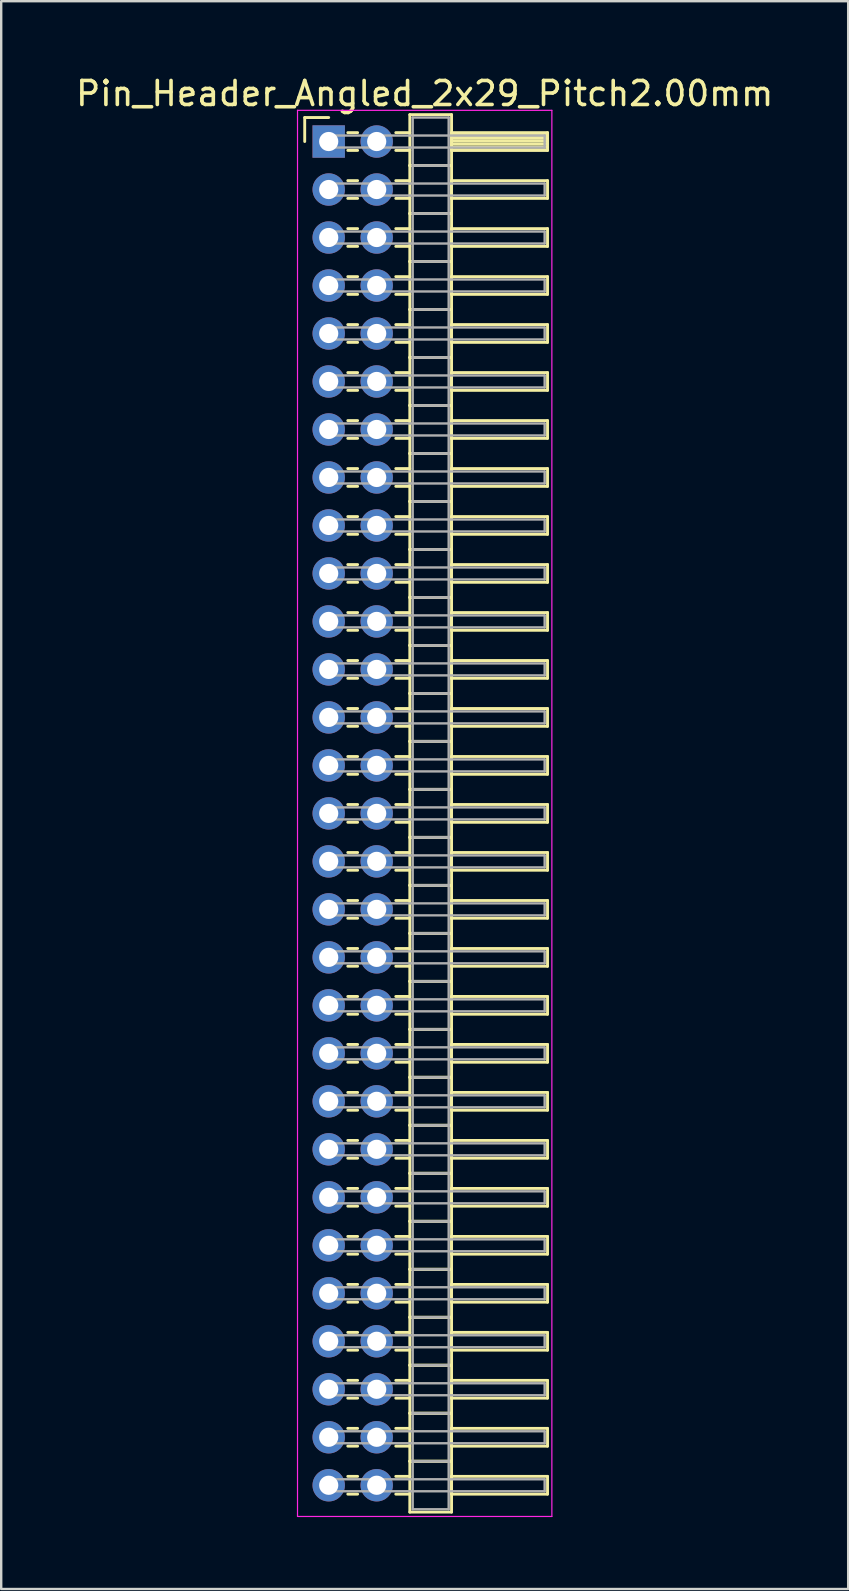
<source format=kicad_pcb>
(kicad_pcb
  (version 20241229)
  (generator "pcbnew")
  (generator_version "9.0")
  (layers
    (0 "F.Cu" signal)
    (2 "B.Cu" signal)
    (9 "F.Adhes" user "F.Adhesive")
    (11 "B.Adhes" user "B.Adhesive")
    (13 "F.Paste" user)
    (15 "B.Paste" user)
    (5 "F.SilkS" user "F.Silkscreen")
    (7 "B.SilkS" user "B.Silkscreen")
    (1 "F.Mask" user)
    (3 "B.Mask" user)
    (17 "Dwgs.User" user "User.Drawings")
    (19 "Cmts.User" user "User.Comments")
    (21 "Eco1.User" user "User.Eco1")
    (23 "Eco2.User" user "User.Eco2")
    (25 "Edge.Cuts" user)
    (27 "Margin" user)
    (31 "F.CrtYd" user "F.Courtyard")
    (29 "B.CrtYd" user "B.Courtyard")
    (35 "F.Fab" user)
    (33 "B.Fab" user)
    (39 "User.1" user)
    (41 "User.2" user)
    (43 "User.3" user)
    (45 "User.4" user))
  (footprint "Pin_Header_Angled_2x29_Pitch2.00mm"
    (layer "F.Cu")
    (at 10.649 2.848)
    (property "Reference" "Pin_Header_Angled_2x29_Pitch2.00mm" (at 4 -2 0) (layer "F.SilkS") (effects (font (size 1 1) (thickness 0.15))))
    (attr through_hole)
    (fp_line (start -1 -1) (end 0 -1) (stroke (width 0.12) (type solid)) (layer "F.SilkS"))
    (fp_line (start -1 0) (end -1 -1) (stroke (width 0.12) (type solid)) (layer "F.SilkS"))
    (fp_line (start 0.795 -0.37) (end 1.205 -0.37) (stroke (width 0.12) (type solid)) (layer "F.SilkS"))
    (fp_line (start 0.795 0.37) (end 1.205 0.37) (stroke (width 0.12) (type solid)) (layer "F.SilkS"))
    (fp_line (start 0.795 1.63) (end 1.205 1.63) (stroke (width 0.12) (type solid)) (layer "F.SilkS"))
    (fp_line (start 0.795 2.37) (end 1.205 2.37) (stroke (width 0.12) (type solid)) (layer "F.SilkS"))
    (fp_line (start 0.795 3.63) (end 1.205 3.63) (stroke (width 0.12) (type solid)) (layer "F.SilkS"))
    (fp_line (start 0.795 4.37) (end 1.205 4.37) (stroke (width 0.12) (type solid)) (layer "F.SilkS"))
    (fp_line (start 0.795 5.63) (end 1.205 5.63) (stroke (width 0.12) (type solid)) (layer "F.SilkS"))
    (fp_line (start 0.795 6.37) (end 1.205 6.37) (stroke (width 0.12) (type solid)) (layer "F.SilkS"))
    (fp_line (start 0.795 7.63) (end 1.205 7.63) (stroke (width 0.12) (type solid)) (layer "F.SilkS"))
    (fp_line (start 0.795 8.37) (end 1.205 8.37) (stroke (width 0.12) (type solid)) (layer "F.SilkS"))
    (fp_line (start 0.795 9.63) (end 1.205 9.63) (stroke (width 0.12) (type solid)) (layer "F.SilkS"))
    (fp_line (start 0.795 10.37) (end 1.205 10.37) (stroke (width 0.12) (type solid)) (layer "F.SilkS"))
    (fp_line (start 0.795 11.63) (end 1.205 11.63) (stroke (width 0.12) (type solid)) (layer "F.SilkS"))
    (fp_line (start 0.795 12.37) (end 1.205 12.37) (stroke (width 0.12) (type solid)) (layer "F.SilkS"))
    (fp_line (start 0.795 13.63) (end 1.205 13.63) (stroke (width 0.12) (type solid)) (layer "F.SilkS"))
    (fp_line (start 0.795 14.37) (end 1.205 14.37) (stroke (width 0.12) (type solid)) (layer "F.SilkS"))
    (fp_line (start 0.795 15.63) (end 1.205 15.63) (stroke (width 0.12) (type solid)) (layer "F.SilkS"))
    (fp_line (start 0.795 16.37) (end 1.205 16.37) (stroke (width 0.12) (type solid)) (layer "F.SilkS"))
    (fp_line (start 0.795 17.63) (end 1.205 17.63) (stroke (width 0.12) (type solid)) (layer "F.SilkS"))
    (fp_line (start 0.795 18.37) (end 1.205 18.37) (stroke (width 0.12) (type solid)) (layer "F.SilkS"))
    (fp_line (start 0.795 19.63) (end 1.205 19.63) (stroke (width 0.12) (type solid)) (layer "F.SilkS"))
    (fp_line (start 0.795 20.37) (end 1.205 20.37) (stroke (width 0.12) (type solid)) (layer "F.SilkS"))
    (fp_line (start 0.795 21.63) (end 1.205 21.63) (stroke (width 0.12) (type solid)) (layer "F.SilkS"))
    (fp_line (start 0.795 22.37) (end 1.205 22.37) (stroke (width 0.12) (type solid)) (layer "F.SilkS"))
    (fp_line (start 0.795 23.63) (end 1.205 23.63) (stroke (width 0.12) (type solid)) (layer "F.SilkS"))
    (fp_line (start 0.795 24.37) (end 1.205 24.37) (stroke (width 0.12) (type solid)) (layer "F.SilkS"))
    (fp_line (start 0.795 25.63) (end 1.205 25.63) (stroke (width 0.12) (type solid)) (layer "F.SilkS"))
    (fp_line (start 0.795 26.37) (end 1.205 26.37) (stroke (width 0.12) (type solid)) (layer "F.SilkS"))
    (fp_line (start 0.795 27.63) (end 1.205 27.63) (stroke (width 0.12) (type solid)) (layer "F.SilkS"))
    (fp_line (start 0.795 28.37) (end 1.205 28.37) (stroke (width 0.12) (type solid)) (layer "F.SilkS"))
    (fp_line (start 0.795 29.63) (end 1.205 29.63) (stroke (width 0.12) (type solid)) (layer "F.SilkS"))
    (fp_line (start 0.795 30.37) (end 1.205 30.37) (stroke (width 0.12) (type solid)) (layer "F.SilkS"))
    (fp_line (start 0.795 31.63) (end 1.205 31.63) (stroke (width 0.12) (type solid)) (layer "F.SilkS"))
    (fp_line (start 0.795 32.37) (end 1.205 32.37) (stroke (width 0.12) (type solid)) (layer "F.SilkS"))
    (fp_line (start 0.795 33.63) (end 1.205 33.63) (stroke (width 0.12) (type solid)) (layer "F.SilkS"))
    (fp_line (start 0.795 34.37) (end 1.205 34.37) (stroke (width 0.12) (type solid)) (layer "F.SilkS"))
    (fp_line (start 0.795 35.63) (end 1.205 35.63) (stroke (width 0.12) (type solid)) (layer "F.SilkS"))
    (fp_line (start 0.795 36.37) (end 1.205 36.37) (stroke (width 0.12) (type solid)) (layer "F.SilkS"))
    (fp_line (start 0.795 37.63) (end 1.205 37.63) (stroke (width 0.12) (type solid)) (layer "F.SilkS"))
    (fp_line (start 0.795 38.37) (end 1.205 38.37) (stroke (width 0.12) (type solid)) (layer "F.SilkS"))
    (fp_line (start 0.795 39.63) (end 1.205 39.63) (stroke (width 0.12) (type solid)) (layer "F.SilkS"))
    (fp_line (start 0.795 40.37) (end 1.205 40.37) (stroke (width 0.12) (type solid)) (layer "F.SilkS"))
    (fp_line (start 0.795 41.63) (end 1.205 41.63) (stroke (width 0.12) (type solid)) (layer "F.SilkS"))
    (fp_line (start 0.795 42.37) (end 1.205 42.37) (stroke (width 0.12) (type solid)) (layer "F.SilkS"))
    (fp_line (start 0.795 43.63) (end 1.205 43.63) (stroke (width 0.12) (type solid)) (layer "F.SilkS"))
    (fp_line (start 0.795 44.37) (end 1.205 44.37) (stroke (width 0.12) (type solid)) (layer "F.SilkS"))
    (fp_line (start 0.795 45.63) (end 1.205 45.63) (stroke (width 0.12) (type solid)) (layer "F.SilkS"))
    (fp_line (start 0.795 46.37) (end 1.205 46.37) (stroke (width 0.12) (type solid)) (layer "F.SilkS"))
    (fp_line (start 0.795 47.63) (end 1.205 47.63) (stroke (width 0.12) (type solid)) (layer "F.SilkS"))
    (fp_line (start 0.795 48.37) (end 1.205 48.37) (stroke (width 0.12) (type solid)) (layer "F.SilkS"))
    (fp_line (start 0.795 49.63) (end 1.205 49.63) (stroke (width 0.12) (type solid)) (layer "F.SilkS"))
    (fp_line (start 0.795 50.37) (end 1.205 50.37) (stroke (width 0.12) (type solid)) (layer "F.SilkS"))
    (fp_line (start 0.795 51.63) (end 1.205 51.63) (stroke (width 0.12) (type solid)) (layer "F.SilkS"))
    (fp_line (start 0.795 52.37) (end 1.205 52.37) (stroke (width 0.12) (type solid)) (layer "F.SilkS"))
    (fp_line (start 0.795 53.63) (end 1.205 53.63) (stroke (width 0.12) (type solid)) (layer "F.SilkS"))
    (fp_line (start 0.795 54.37) (end 1.205 54.37) (stroke (width 0.12) (type solid)) (layer "F.SilkS"))
    (fp_line (start 0.795 55.63) (end 1.205 55.63) (stroke (width 0.12) (type solid)) (layer "F.SilkS"))
    (fp_line (start 0.795 56.37) (end 1.205 56.37) (stroke (width 0.12) (type solid)) (layer "F.SilkS"))
    (fp_line (start 2.795 -0.37) (end 3.38 -0.37) (stroke (width 0.12) (type solid)) (layer "F.SilkS"))
    (fp_line (start 2.795 0.37) (end 3.38 0.37) (stroke (width 0.12) (type solid)) (layer "F.SilkS"))
    (fp_line (start 2.795 1.63) (end 3.38 1.63) (stroke (width 0.12) (type solid)) (layer "F.SilkS"))
    (fp_line (start 2.795 2.37) (end 3.38 2.37) (stroke (width 0.12) (type solid)) (layer "F.SilkS"))
    (fp_line (start 2.795 3.63) (end 3.38 3.63) (stroke (width 0.12) (type solid)) (layer "F.SilkS"))
    (fp_line (start 2.795 4.37) (end 3.38 4.37) (stroke (width 0.12) (type solid)) (layer "F.SilkS"))
    (fp_line (start 2.795 5.63) (end 3.38 5.63) (stroke (width 0.12) (type solid)) (layer "F.SilkS"))
    (fp_line (start 2.795 6.37) (end 3.38 6.37) (stroke (width 0.12) (type solid)) (layer "F.SilkS"))
    (fp_line (start 2.795 7.63) (end 3.38 7.63) (stroke (width 0.12) (type solid)) (layer "F.SilkS"))
    (fp_line (start 2.795 8.37) (end 3.38 8.37) (stroke (width 0.12) (type solid)) (layer "F.SilkS"))
    (fp_line (start 2.795 9.63) (end 3.38 9.63) (stroke (width 0.12) (type solid)) (layer "F.SilkS"))
    (fp_line (start 2.795 10.37) (end 3.38 10.37) (stroke (width 0.12) (type solid)) (layer "F.SilkS"))
    (fp_line (start 2.795 11.63) (end 3.38 11.63) (stroke (width 0.12) (type solid)) (layer "F.SilkS"))
    (fp_line (start 2.795 12.37) (end 3.38 12.37) (stroke (width 0.12) (type solid)) (layer "F.SilkS"))
    (fp_line (start 2.795 13.63) (end 3.38 13.63) (stroke (width 0.12) (type solid)) (layer "F.SilkS"))
    (fp_line (start 2.795 14.37) (end 3.38 14.37) (stroke (width 0.12) (type solid)) (layer "F.SilkS"))
    (fp_line (start 2.795 15.63) (end 3.38 15.63) (stroke (width 0.12) (type solid)) (layer "F.SilkS"))
    (fp_line (start 2.795 16.37) (end 3.38 16.37) (stroke (width 0.12) (type solid)) (layer "F.SilkS"))
    (fp_line (start 2.795 17.63) (end 3.38 17.63) (stroke (width 0.12) (type solid)) (layer "F.SilkS"))
    (fp_line (start 2.795 18.37) (end 3.38 18.37) (stroke (width 0.12) (type solid)) (layer "F.SilkS"))
    (fp_line (start 2.795 19.63) (end 3.38 19.63) (stroke (width 0.12) (type solid)) (layer "F.SilkS"))
    (fp_line (start 2.795 20.37) (end 3.38 20.37) (stroke (width 0.12) (type solid)) (layer "F.SilkS"))
    (fp_line (start 2.795 21.63) (end 3.38 21.63) (stroke (width 0.12) (type solid)) (layer "F.SilkS"))
    (fp_line (start 2.795 22.37) (end 3.38 22.37) (stroke (width 0.12) (type solid)) (layer "F.SilkS"))
    (fp_line (start 2.795 23.63) (end 3.38 23.63) (stroke (width 0.12) (type solid)) (layer "F.SilkS"))
    (fp_line (start 2.795 24.37) (end 3.38 24.37) (stroke (width 0.12) (type solid)) (layer "F.SilkS"))
    (fp_line (start 2.795 25.63) (end 3.38 25.63) (stroke (width 0.12) (type solid)) (layer "F.SilkS"))
    (fp_line (start 2.795 26.37) (end 3.38 26.37) (stroke (width 0.12) (type solid)) (layer "F.SilkS"))
    (fp_line (start 2.795 27.63) (end 3.38 27.63) (stroke (width 0.12) (type solid)) (layer "F.SilkS"))
    (fp_line (start 2.795 28.37) (end 3.38 28.37) (stroke (width 0.12) (type solid)) (layer "F.SilkS"))
    (fp_line (start 2.795 29.63) (end 3.38 29.63) (stroke (width 0.12) (type solid)) (layer "F.SilkS"))
    (fp_line (start 2.795 30.37) (end 3.38 30.37) (stroke (width 0.12) (type solid)) (layer "F.SilkS"))
    (fp_line (start 2.795 31.63) (end 3.38 31.63) (stroke (width 0.12) (type solid)) (layer "F.SilkS"))
    (fp_line (start 2.795 32.37) (end 3.38 32.37) (stroke (width 0.12) (type solid)) (layer "F.SilkS"))
    (fp_line (start 2.795 33.63) (end 3.38 33.63) (stroke (width 0.12) (type solid)) (layer "F.SilkS"))
    (fp_line (start 2.795 34.37) (end 3.38 34.37) (stroke (width 0.12) (type solid)) (layer "F.SilkS"))
    (fp_line (start 2.795 35.63) (end 3.38 35.63) (stroke (width 0.12) (type solid)) (layer "F.SilkS"))
    (fp_line (start 2.795 36.37) (end 3.38 36.37) (stroke (width 0.12) (type solid)) (layer "F.SilkS"))
    (fp_line (start 2.795 37.63) (end 3.38 37.63) (stroke (width 0.12) (type solid)) (layer "F.SilkS"))
    (fp_line (start 2.795 38.37) (end 3.38 38.37) (stroke (width 0.12) (type solid)) (layer "F.SilkS"))
    (fp_line (start 2.795 39.63) (end 3.38 39.63) (stroke (width 0.12) (type solid)) (layer "F.SilkS"))
    (fp_line (start 2.795 40.37) (end 3.38 40.37) (stroke (width 0.12) (type solid)) (layer "F.SilkS"))
    (fp_line (start 2.795 41.63) (end 3.38 41.63) (stroke (width 0.12) (type solid)) (layer "F.SilkS"))
    (fp_line (start 2.795 42.37) (end 3.38 42.37) (stroke (width 0.12) (type solid)) (layer "F.SilkS"))
    (fp_line (start 2.795 43.63) (end 3.38 43.63) (stroke (width 0.12) (type solid)) (layer "F.SilkS"))
    (fp_line (start 2.795 44.37) (end 3.38 44.37) (stroke (width 0.12) (type solid)) (layer "F.SilkS"))
    (fp_line (start 2.795 45.63) (end 3.38 45.63) (stroke (width 0.12) (type solid)) (layer "F.SilkS"))
    (fp_line (start 2.795 46.37) (end 3.38 46.37) (stroke (width 0.12) (type solid)) (layer "F.SilkS"))
    (fp_line (start 2.795 47.63) (end 3.38 47.63) (stroke (width 0.12) (type solid)) (layer "F.SilkS"))
    (fp_line (start 2.795 48.37) (end 3.38 48.37) (stroke (width 0.12) (type solid)) (layer "F.SilkS"))
    (fp_line (start 2.795 49.63) (end 3.38 49.63) (stroke (width 0.12) (type solid)) (layer "F.SilkS"))
    (fp_line (start 2.795 50.37) (end 3.38 50.37) (stroke (width 0.12) (type solid)) (layer "F.SilkS"))
    (fp_line (start 2.795 51.63) (end 3.38 51.63) (stroke (width 0.12) (type solid)) (layer "F.SilkS"))
    (fp_line (start 2.795 52.37) (end 3.38 52.37) (stroke (width 0.12) (type solid)) (layer "F.SilkS"))
    (fp_line (start 2.795 53.63) (end 3.38 53.63) (stroke (width 0.12) (type solid)) (layer "F.SilkS"))
    (fp_line (start 2.795 54.37) (end 3.38 54.37) (stroke (width 0.12) (type solid)) (layer "F.SilkS"))
    (fp_line (start 2.795 55.63) (end 3.38 55.63) (stroke (width 0.12) (type solid)) (layer "F.SilkS"))
    (fp_line (start 2.795 56.37) (end 3.38 56.37) (stroke (width 0.12) (type solid)) (layer "F.SilkS"))
    (fp_line (start 3.38 -1.12) (end 3.38 1) (stroke (width 0.12) (type solid)) (layer "F.SilkS"))
    (fp_line (start 3.38 1) (end 3.38 3) (stroke (width 0.12) (type solid)) (layer "F.SilkS"))
    (fp_line (start 3.38 1) (end 5.12 1) (stroke (width 0.12) (type solid)) (layer "F.SilkS"))
    (fp_line (start 3.38 3) (end 3.38 5) (stroke (width 0.12) (type solid)) (layer "F.SilkS"))
    (fp_line (start 3.38 3) (end 5.12 3) (stroke (width 0.12) (type solid)) (layer "F.SilkS"))
    (fp_line (start 3.38 5) (end 3.38 7) (stroke (width 0.12) (type solid)) (layer "F.SilkS"))
    (fp_line (start 3.38 5) (end 5.12 5) (stroke (width 0.12) (type solid)) (layer "F.SilkS"))
    (fp_line (start 3.38 7) (end 3.38 9) (stroke (width 0.12) (type solid)) (layer "F.SilkS"))
    (fp_line (start 3.38 7) (end 5.12 7) (stroke (width 0.12) (type solid)) (layer "F.SilkS"))
    (fp_line (start 3.38 9) (end 3.38 11) (stroke (width 0.12) (type solid)) (layer "F.SilkS"))
    (fp_line (start 3.38 9) (end 5.12 9) (stroke (width 0.12) (type solid)) (layer "F.SilkS"))
    (fp_line (start 3.38 11) (end 3.38 13) (stroke (width 0.12) (type solid)) (layer "F.SilkS"))
    (fp_line (start 3.38 11) (end 5.12 11) (stroke (width 0.12) (type solid)) (layer "F.SilkS"))
    (fp_line (start 3.38 13) (end 3.38 15) (stroke (width 0.12) (type solid)) (layer "F.SilkS"))
    (fp_line (start 3.38 13) (end 5.12 13) (stroke (width 0.12) (type solid)) (layer "F.SilkS"))
    (fp_line (start 3.38 15) (end 3.38 17) (stroke (width 0.12) (type solid)) (layer "F.SilkS"))
    (fp_line (start 3.38 15) (end 5.12 15) (stroke (width 0.12) (type solid)) (layer "F.SilkS"))
    (fp_line (start 3.38 17) (end 3.38 19) (stroke (width 0.12) (type solid)) (layer "F.SilkS"))
    (fp_line (start 3.38 17) (end 5.12 17) (stroke (width 0.12) (type solid)) (layer "F.SilkS"))
    (fp_line (start 3.38 19) (end 3.38 21) (stroke (width 0.12) (type solid)) (layer "F.SilkS"))
    (fp_line (start 3.38 19) (end 5.12 19) (stroke (width 0.12) (type solid)) (layer "F.SilkS"))
    (fp_line (start 3.38 21) (end 3.38 23) (stroke (width 0.12) (type solid)) (layer "F.SilkS"))
    (fp_line (start 3.38 21) (end 5.12 21) (stroke (width 0.12) (type solid)) (layer "F.SilkS"))
    (fp_line (start 3.38 23) (end 3.38 25) (stroke (width 0.12) (type solid)) (layer "F.SilkS"))
    (fp_line (start 3.38 23) (end 5.12 23) (stroke (width 0.12) (type solid)) (layer "F.SilkS"))
    (fp_line (start 3.38 25) (end 3.38 27) (stroke (width 0.12) (type solid)) (layer "F.SilkS"))
    (fp_line (start 3.38 25) (end 5.12 25) (stroke (width 0.12) (type solid)) (layer "F.SilkS"))
    (fp_line (start 3.38 27) (end 3.38 29) (stroke (width 0.12) (type solid)) (layer "F.SilkS"))
    (fp_line (start 3.38 27) (end 5.12 27) (stroke (width 0.12) (type solid)) (layer "F.SilkS"))
    (fp_line (start 3.38 29) (end 3.38 31) (stroke (width 0.12) (type solid)) (layer "F.SilkS"))
    (fp_line (start 3.38 29) (end 5.12 29) (stroke (width 0.12) (type solid)) (layer "F.SilkS"))
    (fp_line (start 3.38 31) (end 3.38 33) (stroke (width 0.12) (type solid)) (layer "F.SilkS"))
    (fp_line (start 3.38 31) (end 5.12 31) (stroke (width 0.12) (type solid)) (layer "F.SilkS"))
    (fp_line (start 3.38 33) (end 3.38 35) (stroke (width 0.12) (type solid)) (layer "F.SilkS"))
    (fp_line (start 3.38 33) (end 5.12 33) (stroke (width 0.12) (type solid)) (layer "F.SilkS"))
    (fp_line (start 3.38 35) (end 3.38 37) (stroke (width 0.12) (type solid)) (layer "F.SilkS"))
    (fp_line (start 3.38 35) (end 5.12 35) (stroke (width 0.12) (type solid)) (layer "F.SilkS"))
    (fp_line (start 3.38 37) (end 3.38 39) (stroke (width 0.12) (type solid)) (layer "F.SilkS"))
    (fp_line (start 3.38 37) (end 5.12 37) (stroke (width 0.12) (type solid)) (layer "F.SilkS"))
    (fp_line (start 3.38 39) (end 3.38 41) (stroke (width 0.12) (type solid)) (layer "F.SilkS"))
    (fp_line (start 3.38 39) (end 5.12 39) (stroke (width 0.12) (type solid)) (layer "F.SilkS"))
    (fp_line (start 3.38 41) (end 3.38 43) (stroke (width 0.12) (type solid)) (layer "F.SilkS"))
    (fp_line (start 3.38 41) (end 5.12 41) (stroke (width 0.12) (type solid)) (layer "F.SilkS"))
    (fp_line (start 3.38 43) (end 3.38 45) (stroke (width 0.12) (type solid)) (layer "F.SilkS"))
    (fp_line (start 3.38 43) (end 5.12 43) (stroke (width 0.12) (type solid)) (layer "F.SilkS"))
    (fp_line (start 3.38 45) (end 3.38 47) (stroke (width 0.12) (type solid)) (layer "F.SilkS"))
    (fp_line (start 3.38 45) (end 5.12 45) (stroke (width 0.12) (type solid)) (layer "F.SilkS"))
    (fp_line (start 3.38 47) (end 3.38 49) (stroke (width 0.12) (type solid)) (layer "F.SilkS"))
    (fp_line (start 3.38 47) (end 5.12 47) (stroke (width 0.12) (type solid)) (layer "F.SilkS"))
    (fp_line (start 3.38 49) (end 3.38 51) (stroke (width 0.12) (type solid)) (layer "F.SilkS"))
    (fp_line (start 3.38 49) (end 5.12 49) (stroke (width 0.12) (type solid)) (layer "F.SilkS"))
    (fp_line (start 3.38 51) (end 3.38 53) (stroke (width 0.12) (type solid)) (layer "F.SilkS"))
    (fp_line (start 3.38 51) (end 5.12 51) (stroke (width 0.12) (type solid)) (layer "F.SilkS"))
    (fp_line (start 3.38 53) (end 3.38 55) (stroke (width 0.12) (type solid)) (layer "F.SilkS"))
    (fp_line (start 3.38 53) (end 5.12 53) (stroke (width 0.12) (type solid)) (layer "F.SilkS"))
    (fp_line (start 3.38 55) (end 3.38 57.12) (stroke (width 0.12) (type solid)) (layer "F.SilkS"))
    (fp_line (start 3.38 55) (end 5.12 55) (stroke (width 0.12) (type solid)) (layer "F.SilkS"))
    (fp_line (start 3.38 57.12) (end 5.12 57.12) (stroke (width 0.12) (type solid)) (layer "F.SilkS"))
    (fp_line (start 5.12 -1.12) (end 3.38 -1.12) (stroke (width 0.12) (type solid)) (layer "F.SilkS"))
    (fp_line (start 5.12 -0.37) (end 5.12 0.37) (stroke (width 0.12) (type solid)) (layer "F.SilkS"))
    (fp_line (start 5.12 -0.25) (end 9.12 -0.25) (stroke (width 0.12) (type solid)) (layer "F.SilkS"))
    (fp_line (start 5.12 -0.13) (end 9.12 -0.13) (stroke (width 0.12) (type solid)) (layer "F.SilkS"))
    (fp_line (start 5.12 -0.01) (end 9.12 -0.01) (stroke (width 0.12) (type solid)) (layer "F.SilkS"))
    (fp_line (start 5.12 0.11) (end 9.12 0.11) (stroke (width 0.12) (type solid)) (layer "F.SilkS"))
    (fp_line (start 5.12 0.23) (end 9.12 0.23) (stroke (width 0.12) (type solid)) (layer "F.SilkS"))
    (fp_line (start 5.12 0.35) (end 9.12 0.35) (stroke (width 0.12) (type solid)) (layer "F.SilkS"))
    (fp_line (start 5.12 0.37) (end 9.12 0.37) (stroke (width 0.12) (type solid)) (layer "F.SilkS"))
    (fp_line (start 5.12 1) (end 3.38 1) (stroke (width 0.12) (type solid)) (layer "F.SilkS"))
    (fp_line (start 5.12 1) (end 5.12 -1.12) (stroke (width 0.12) (type solid)) (layer "F.SilkS"))
    (fp_line (start 5.12 1.63) (end 5.12 2.37) (stroke (width 0.12) (type solid)) (layer "F.SilkS"))
    (fp_line (start 5.12 2.37) (end 9.12 2.37) (stroke (width 0.12) (type solid)) (layer "F.SilkS"))
    (fp_line (start 5.12 3) (end 3.38 3) (stroke (width 0.12) (type solid)) (layer "F.SilkS"))
    (fp_line (start 5.12 3) (end 5.12 1) (stroke (width 0.12) (type solid)) (layer "F.SilkS"))
    (fp_line (start 5.12 3.63) (end 5.12 4.37) (stroke (width 0.12) (type solid)) (layer "F.SilkS"))
    (fp_line (start 5.12 4.37) (end 9.12 4.37) (stroke (width 0.12) (type solid)) (layer "F.SilkS"))
    (fp_line (start 5.12 5) (end 3.38 5) (stroke (width 0.12) (type solid)) (layer "F.SilkS"))
    (fp_line (start 5.12 5) (end 5.12 3) (stroke (width 0.12) (type solid)) (layer "F.SilkS"))
    (fp_line (start 5.12 5.63) (end 5.12 6.37) (stroke (width 0.12) (type solid)) (layer "F.SilkS"))
    (fp_line (start 5.12 6.37) (end 9.12 6.37) (stroke (width 0.12) (type solid)) (layer "F.SilkS"))
    (fp_line (start 5.12 7) (end 3.38 7) (stroke (width 0.12) (type solid)) (layer "F.SilkS"))
    (fp_line (start 5.12 7) (end 5.12 5) (stroke (width 0.12) (type solid)) (layer "F.SilkS"))
    (fp_line (start 5.12 7.63) (end 5.12 8.37) (stroke (width 0.12) (type solid)) (layer "F.SilkS"))
    (fp_line (start 5.12 8.37) (end 9.12 8.37) (stroke (width 0.12) (type solid)) (layer "F.SilkS"))
    (fp_line (start 5.12 9) (end 3.38 9) (stroke (width 0.12) (type solid)) (layer "F.SilkS"))
    (fp_line (start 5.12 9) (end 5.12 7) (stroke (width 0.12) (type solid)) (layer "F.SilkS"))
    (fp_line (start 5.12 9.63) (end 5.12 10.37) (stroke (width 0.12) (type solid)) (layer "F.SilkS"))
    (fp_line (start 5.12 10.37) (end 9.12 10.37) (stroke (width 0.12) (type solid)) (layer "F.SilkS"))
    (fp_line (start 5.12 11) (end 3.38 11) (stroke (width 0.12) (type solid)) (layer "F.SilkS"))
    (fp_line (start 5.12 11) (end 5.12 9) (stroke (width 0.12) (type solid)) (layer "F.SilkS"))
    (fp_line (start 5.12 11.63) (end 5.12 12.37) (stroke (width 0.12) (type solid)) (layer "F.SilkS"))
    (fp_line (start 5.12 12.37) (end 9.12 12.37) (stroke (width 0.12) (type solid)) (layer "F.SilkS"))
    (fp_line (start 5.12 13) (end 3.38 13) (stroke (width 0.12) (type solid)) (layer "F.SilkS"))
    (fp_line (start 5.12 13) (end 5.12 11) (stroke (width 0.12) (type solid)) (layer "F.SilkS"))
    (fp_line (start 5.12 13.63) (end 5.12 14.37) (stroke (width 0.12) (type solid)) (layer "F.SilkS"))
    (fp_line (start 5.12 14.37) (end 9.12 14.37) (stroke (width 0.12) (type solid)) (layer "F.SilkS"))
    (fp_line (start 5.12 15) (end 3.38 15) (stroke (width 0.12) (type solid)) (layer "F.SilkS"))
    (fp_line (start 5.12 15) (end 5.12 13) (stroke (width 0.12) (type solid)) (layer "F.SilkS"))
    (fp_line (start 5.12 15.63) (end 5.12 16.37) (stroke (width 0.12) (type solid)) (layer "F.SilkS"))
    (fp_line (start 5.12 16.37) (end 9.12 16.37) (stroke (width 0.12) (type solid)) (layer "F.SilkS"))
    (fp_line (start 5.12 17) (end 3.38 17) (stroke (width 0.12) (type solid)) (layer "F.SilkS"))
    (fp_line (start 5.12 17) (end 5.12 15) (stroke (width 0.12) (type solid)) (layer "F.SilkS"))
    (fp_line (start 5.12 17.63) (end 5.12 18.37) (stroke (width 0.12) (type solid)) (layer "F.SilkS"))
    (fp_line (start 5.12 18.37) (end 9.12 18.37) (stroke (width 0.12) (type solid)) (layer "F.SilkS"))
    (fp_line (start 5.12 19) (end 3.38 19) (stroke (width 0.12) (type solid)) (layer "F.SilkS"))
    (fp_line (start 5.12 19) (end 5.12 17) (stroke (width 0.12) (type solid)) (layer "F.SilkS"))
    (fp_line (start 5.12 19.63) (end 5.12 20.37) (stroke (width 0.12) (type solid)) (layer "F.SilkS"))
    (fp_line (start 5.12 20.37) (end 9.12 20.37) (stroke (width 0.12) (type solid)) (layer "F.SilkS"))
    (fp_line (start 5.12 21) (end 3.38 21) (stroke (width 0.12) (type solid)) (layer "F.SilkS"))
    (fp_line (start 5.12 21) (end 5.12 19) (stroke (width 0.12) (type solid)) (layer "F.SilkS"))
    (fp_line (start 5.12 21.63) (end 5.12 22.37) (stroke (width 0.12) (type solid)) (layer "F.SilkS"))
    (fp_line (start 5.12 22.37) (end 9.12 22.37) (stroke (width 0.12) (type solid)) (layer "F.SilkS"))
    (fp_line (start 5.12 23) (end 3.38 23) (stroke (width 0.12) (type solid)) (layer "F.SilkS"))
    (fp_line (start 5.12 23) (end 5.12 21) (stroke (width 0.12) (type solid)) (layer "F.SilkS"))
    (fp_line (start 5.12 23.63) (end 5.12 24.37) (stroke (width 0.12) (type solid)) (layer "F.SilkS"))
    (fp_line (start 5.12 24.37) (end 9.12 24.37) (stroke (width 0.12) (type solid)) (layer "F.SilkS"))
    (fp_line (start 5.12 25) (end 3.38 25) (stroke (width 0.12) (type solid)) (layer "F.SilkS"))
    (fp_line (start 5.12 25) (end 5.12 23) (stroke (width 0.12) (type solid)) (layer "F.SilkS"))
    (fp_line (start 5.12 25.63) (end 5.12 26.37) (stroke (width 0.12) (type solid)) (layer "F.SilkS"))
    (fp_line (start 5.12 26.37) (end 9.12 26.37) (stroke (width 0.12) (type solid)) (layer "F.SilkS"))
    (fp_line (start 5.12 27) (end 3.38 27) (stroke (width 0.12) (type solid)) (layer "F.SilkS"))
    (fp_line (start 5.12 27) (end 5.12 25) (stroke (width 0.12) (type solid)) (layer "F.SilkS"))
    (fp_line (start 5.12 27.63) (end 5.12 28.37) (stroke (width 0.12) (type solid)) (layer "F.SilkS"))
    (fp_line (start 5.12 28.37) (end 9.12 28.37) (stroke (width 0.12) (type solid)) (layer "F.SilkS"))
    (fp_line (start 5.12 29) (end 3.38 29) (stroke (width 0.12) (type solid)) (layer "F.SilkS"))
    (fp_line (start 5.12 29) (end 5.12 27) (stroke (width 0.12) (type solid)) (layer "F.SilkS"))
    (fp_line (start 5.12 29.63) (end 5.12 30.37) (stroke (width 0.12) (type solid)) (layer "F.SilkS"))
    (fp_line (start 5.12 30.37) (end 9.12 30.37) (stroke (width 0.12) (type solid)) (layer "F.SilkS"))
    (fp_line (start 5.12 31) (end 3.38 31) (stroke (width 0.12) (type solid)) (layer "F.SilkS"))
    (fp_line (start 5.12 31) (end 5.12 29) (stroke (width 0.12) (type solid)) (layer "F.SilkS"))
    (fp_line (start 5.12 31.63) (end 5.12 32.37) (stroke (width 0.12) (type solid)) (layer "F.SilkS"))
    (fp_line (start 5.12 32.37) (end 9.12 32.37) (stroke (width 0.12) (type solid)) (layer "F.SilkS"))
    (fp_line (start 5.12 33) (end 3.38 33) (stroke (width 0.12) (type solid)) (layer "F.SilkS"))
    (fp_line (start 5.12 33) (end 5.12 31) (stroke (width 0.12) (type solid)) (layer "F.SilkS"))
    (fp_line (start 5.12 33.63) (end 5.12 34.37) (stroke (width 0.12) (type solid)) (layer "F.SilkS"))
    (fp_line (start 5.12 34.37) (end 9.12 34.37) (stroke (width 0.12) (type solid)) (layer "F.SilkS"))
    (fp_line (start 5.12 35) (end 3.38 35) (stroke (width 0.12) (type solid)) (layer "F.SilkS"))
    (fp_line (start 5.12 35) (end 5.12 33) (stroke (width 0.12) (type solid)) (layer "F.SilkS"))
    (fp_line (start 5.12 35.63) (end 5.12 36.37) (stroke (width 0.12) (type solid)) (layer "F.SilkS"))
    (fp_line (start 5.12 36.37) (end 9.12 36.37) (stroke (width 0.12) (type solid)) (layer "F.SilkS"))
    (fp_line (start 5.12 37) (end 3.38 37) (stroke (width 0.12) (type solid)) (layer "F.SilkS"))
    (fp_line (start 5.12 37) (end 5.12 35) (stroke (width 0.12) (type solid)) (layer "F.SilkS"))
    (fp_line (start 5.12 37.63) (end 5.12 38.37) (stroke (width 0.12) (type solid)) (layer "F.SilkS"))
    (fp_line (start 5.12 38.37) (end 9.12 38.37) (stroke (width 0.12) (type solid)) (layer "F.SilkS"))
    (fp_line (start 5.12 39) (end 3.38 39) (stroke (width 0.12) (type solid)) (layer "F.SilkS"))
    (fp_line (start 5.12 39) (end 5.12 37) (stroke (width 0.12) (type solid)) (layer "F.SilkS"))
    (fp_line (start 5.12 39.63) (end 5.12 40.37) (stroke (width 0.12) (type solid)) (layer "F.SilkS"))
    (fp_line (start 5.12 40.37) (end 9.12 40.37) (stroke (width 0.12) (type solid)) (layer "F.SilkS"))
    (fp_line (start 5.12 41) (end 3.38 41) (stroke (width 0.12) (type solid)) (layer "F.SilkS"))
    (fp_line (start 5.12 41) (end 5.12 39) (stroke (width 0.12) (type solid)) (layer "F.SilkS"))
    (fp_line (start 5.12 41.63) (end 5.12 42.37) (stroke (width 0.12) (type solid)) (layer "F.SilkS"))
    (fp_line (start 5.12 42.37) (end 9.12 42.37) (stroke (width 0.12) (type solid)) (layer "F.SilkS"))
    (fp_line (start 5.12 43) (end 3.38 43) (stroke (width 0.12) (type solid)) (layer "F.SilkS"))
    (fp_line (start 5.12 43) (end 5.12 41) (stroke (width 0.12) (type solid)) (layer "F.SilkS"))
    (fp_line (start 5.12 43.63) (end 5.12 44.37) (stroke (width 0.12) (type solid)) (layer "F.SilkS"))
    (fp_line (start 5.12 44.37) (end 9.12 44.37) (stroke (width 0.12) (type solid)) (layer "F.SilkS"))
    (fp_line (start 5.12 45) (end 3.38 45) (stroke (width 0.12) (type solid)) (layer "F.SilkS"))
    (fp_line (start 5.12 45) (end 5.12 43) (stroke (width 0.12) (type solid)) (layer "F.SilkS"))
    (fp_line (start 5.12 45.63) (end 5.12 46.37) (stroke (width 0.12) (type solid)) (layer "F.SilkS"))
    (fp_line (start 5.12 46.37) (end 9.12 46.37) (stroke (width 0.12) (type solid)) (layer "F.SilkS"))
    (fp_line (start 5.12 47) (end 3.38 47) (stroke (width 0.12) (type solid)) (layer "F.SilkS"))
    (fp_line (start 5.12 47) (end 5.12 45) (stroke (width 0.12) (type solid)) (layer "F.SilkS"))
    (fp_line (start 5.12 47.63) (end 5.12 48.37) (stroke (width 0.12) (type solid)) (layer "F.SilkS"))
    (fp_line (start 5.12 48.37) (end 9.12 48.37) (stroke (width 0.12) (type solid)) (layer "F.SilkS"))
    (fp_line (start 5.12 49) (end 3.38 49) (stroke (width 0.12) (type solid)) (layer "F.SilkS"))
    (fp_line (start 5.12 49) (end 5.12 47) (stroke (width 0.12) (type solid)) (layer "F.SilkS"))
    (fp_line (start 5.12 49.63) (end 5.12 50.37) (stroke (width 0.12) (type solid)) (layer "F.SilkS"))
    (fp_line (start 5.12 50.37) (end 9.12 50.37) (stroke (width 0.12) (type solid)) (layer "F.SilkS"))
    (fp_line (start 5.12 51) (end 3.38 51) (stroke (width 0.12) (type solid)) (layer "F.SilkS"))
    (fp_line (start 5.12 51) (end 5.12 49) (stroke (width 0.12) (type solid)) (layer "F.SilkS"))
    (fp_line (start 5.12 51.63) (end 5.12 52.37) (stroke (width 0.12) (type solid)) (layer "F.SilkS"))
    (fp_line (start 5.12 52.37) (end 9.12 52.37) (stroke (width 0.12) (type solid)) (layer "F.SilkS"))
    (fp_line (start 5.12 53) (end 3.38 53) (stroke (width 0.12) (type solid)) (layer "F.SilkS"))
    (fp_line (start 5.12 53) (end 5.12 51) (stroke (width 0.12) (type solid)) (layer "F.SilkS"))
    (fp_line (start 5.12 53.63) (end 5.12 54.37) (stroke (width 0.12) (type solid)) (layer "F.SilkS"))
    (fp_line (start 5.12 54.37) (end 9.12 54.37) (stroke (width 0.12) (type solid)) (layer "F.SilkS"))
    (fp_line (start 5.12 55) (end 3.38 55) (stroke (width 0.12) (type solid)) (layer "F.SilkS"))
    (fp_line (start 5.12 55) (end 5.12 53) (stroke (width 0.12) (type solid)) (layer "F.SilkS"))
    (fp_line (start 5.12 55.63) (end 5.12 56.37) (stroke (width 0.12) (type solid)) (layer "F.SilkS"))
    (fp_line (start 5.12 56.37) (end 9.12 56.37) (stroke (width 0.12) (type solid)) (layer "F.SilkS"))
    (fp_line (start 5.12 57.12) (end 5.12 55) (stroke (width 0.12) (type solid)) (layer "F.SilkS"))
    (fp_line (start 9.12 -0.37) (end 5.12 -0.37) (stroke (width 0.12) (type solid)) (layer "F.SilkS"))
    (fp_line (start 9.12 0.37) (end 9.12 -0.37) (stroke (width 0.12) (type solid)) (layer "F.SilkS"))
    (fp_line (start 9.12 1.63) (end 5.12 1.63) (stroke (width 0.12) (type solid)) (layer "F.SilkS"))
    (fp_line (start 9.12 2.37) (end 9.12 1.63) (stroke (width 0.12) (type solid)) (layer "F.SilkS"))
    (fp_line (start 9.12 3.63) (end 5.12 3.63) (stroke (width 0.12) (type solid)) (layer "F.SilkS"))
    (fp_line (start 9.12 4.37) (end 9.12 3.63) (stroke (width 0.12) (type solid)) (layer "F.SilkS"))
    (fp_line (start 9.12 5.63) (end 5.12 5.63) (stroke (width 0.12) (type solid)) (layer "F.SilkS"))
    (fp_line (start 9.12 6.37) (end 9.12 5.63) (stroke (width 0.12) (type solid)) (layer "F.SilkS"))
    (fp_line (start 9.12 7.63) (end 5.12 7.63) (stroke (width 0.12) (type solid)) (layer "F.SilkS"))
    (fp_line (start 9.12 8.37) (end 9.12 7.63) (stroke (width 0.12) (type solid)) (layer "F.SilkS"))
    (fp_line (start 9.12 9.63) (end 5.12 9.63) (stroke (width 0.12) (type solid)) (layer "F.SilkS"))
    (fp_line (start 9.12 10.37) (end 9.12 9.63) (stroke (width 0.12) (type solid)) (layer "F.SilkS"))
    (fp_line (start 9.12 11.63) (end 5.12 11.63) (stroke (width 0.12) (type solid)) (layer "F.SilkS"))
    (fp_line (start 9.12 12.37) (end 9.12 11.63) (stroke (width 0.12) (type solid)) (layer "F.SilkS"))
    (fp_line (start 9.12 13.63) (end 5.12 13.63) (stroke (width 0.12) (type solid)) (layer "F.SilkS"))
    (fp_line (start 9.12 14.37) (end 9.12 13.63) (stroke (width 0.12) (type solid)) (layer "F.SilkS"))
    (fp_line (start 9.12 15.63) (end 5.12 15.63) (stroke (width 0.12) (type solid)) (layer "F.SilkS"))
    (fp_line (start 9.12 16.37) (end 9.12 15.63) (stroke (width 0.12) (type solid)) (layer "F.SilkS"))
    (fp_line (start 9.12 17.63) (end 5.12 17.63) (stroke (width 0.12) (type solid)) (layer "F.SilkS"))
    (fp_line (start 9.12 18.37) (end 9.12 17.63) (stroke (width 0.12) (type solid)) (layer "F.SilkS"))
    (fp_line (start 9.12 19.63) (end 5.12 19.63) (stroke (width 0.12) (type solid)) (layer "F.SilkS"))
    (fp_line (start 9.12 20.37) (end 9.12 19.63) (stroke (width 0.12) (type solid)) (layer "F.SilkS"))
    (fp_line (start 9.12 21.63) (end 5.12 21.63) (stroke (width 0.12) (type solid)) (layer "F.SilkS"))
    (fp_line (start 9.12 22.37) (end 9.12 21.63) (stroke (width 0.12) (type solid)) (layer "F.SilkS"))
    (fp_line (start 9.12 23.63) (end 5.12 23.63) (stroke (width 0.12) (type solid)) (layer "F.SilkS"))
    (fp_line (start 9.12 24.37) (end 9.12 23.63) (stroke (width 0.12) (type solid)) (layer "F.SilkS"))
    (fp_line (start 9.12 25.63) (end 5.12 25.63) (stroke (width 0.12) (type solid)) (layer "F.SilkS"))
    (fp_line (start 9.12 26.37) (end 9.12 25.63) (stroke (width 0.12) (type solid)) (layer "F.SilkS"))
    (fp_line (start 9.12 27.63) (end 5.12 27.63) (stroke (width 0.12) (type solid)) (layer "F.SilkS"))
    (fp_line (start 9.12 28.37) (end 9.12 27.63) (stroke (width 0.12) (type solid)) (layer "F.SilkS"))
    (fp_line (start 9.12 29.63) (end 5.12 29.63) (stroke (width 0.12) (type solid)) (layer "F.SilkS"))
    (fp_line (start 9.12 30.37) (end 9.12 29.63) (stroke (width 0.12) (type solid)) (layer "F.SilkS"))
    (fp_line (start 9.12 31.63) (end 5.12 31.63) (stroke (width 0.12) (type solid)) (layer "F.SilkS"))
    (fp_line (start 9.12 32.37) (end 9.12 31.63) (stroke (width 0.12) (type solid)) (layer "F.SilkS"))
    (fp_line (start 9.12 33.63) (end 5.12 33.63) (stroke (width 0.12) (type solid)) (layer "F.SilkS"))
    (fp_line (start 9.12 34.37) (end 9.12 33.63) (stroke (width 0.12) (type solid)) (layer "F.SilkS"))
    (fp_line (start 9.12 35.63) (end 5.12 35.63) (stroke (width 0.12) (type solid)) (layer "F.SilkS"))
    (fp_line (start 9.12 36.37) (end 9.12 35.63) (stroke (width 0.12) (type solid)) (layer "F.SilkS"))
    (fp_line (start 9.12 37.63) (end 5.12 37.63) (stroke (width 0.12) (type solid)) (layer "F.SilkS"))
    (fp_line (start 9.12 38.37) (end 9.12 37.63) (stroke (width 0.12) (type solid)) (layer "F.SilkS"))
    (fp_line (start 9.12 39.63) (end 5.12 39.63) (stroke (width 0.12) (type solid)) (layer "F.SilkS"))
    (fp_line (start 9.12 40.37) (end 9.12 39.63) (stroke (width 0.12) (type solid)) (layer "F.SilkS"))
    (fp_line (start 9.12 41.63) (end 5.12 41.63) (stroke (width 0.12) (type solid)) (layer "F.SilkS"))
    (fp_line (start 9.12 42.37) (end 9.12 41.63) (stroke (width 0.12) (type solid)) (layer "F.SilkS"))
    (fp_line (start 9.12 43.63) (end 5.12 43.63) (stroke (width 0.12) (type solid)) (layer "F.SilkS"))
    (fp_line (start 9.12 44.37) (end 9.12 43.63) (stroke (width 0.12) (type solid)) (layer "F.SilkS"))
    (fp_line (start 9.12 45.63) (end 5.12 45.63) (stroke (width 0.12) (type solid)) (layer "F.SilkS"))
    (fp_line (start 9.12 46.37) (end 9.12 45.63) (stroke (width 0.12) (type solid)) (layer "F.SilkS"))
    (fp_line (start 9.12 47.63) (end 5.12 47.63) (stroke (width 0.12) (type solid)) (layer "F.SilkS"))
    (fp_line (start 9.12 48.37) (end 9.12 47.63) (stroke (width 0.12) (type solid)) (layer "F.SilkS"))
    (fp_line (start 9.12 49.63) (end 5.12 49.63) (stroke (width 0.12) (type solid)) (layer "F.SilkS"))
    (fp_line (start 9.12 50.37) (end 9.12 49.63) (stroke (width 0.12) (type solid)) (layer "F.SilkS"))
    (fp_line (start 9.12 51.63) (end 5.12 51.63) (stroke (width 0.12) (type solid)) (layer "F.SilkS"))
    (fp_line (start 9.12 52.37) (end 9.12 51.63) (stroke (width 0.12) (type solid)) (layer "F.SilkS"))
    (fp_line (start 9.12 53.63) (end 5.12 53.63) (stroke (width 0.12) (type solid)) (layer "F.SilkS"))
    (fp_line (start 9.12 54.37) (end 9.12 53.63) (stroke (width 0.12) (type solid)) (layer "F.SilkS"))
    (fp_line (start 9.12 55.63) (end 5.12 55.63) (stroke (width 0.12) (type solid)) (layer "F.SilkS"))
    (fp_line (start 9.12 56.37) (end 9.12 55.63) (stroke (width 0.12) (type solid)) (layer "F.SilkS"))
    (fp_line (start -1.3 -1.3) (end -1.3 57.3) (stroke (width 0.05) (type solid)) (layer "F.CrtYd"))
    (fp_line (start -1.3 57.3) (end 9.3 57.3) (stroke (width 0.05) (type solid)) (layer "F.CrtYd"))
    (fp_line (start 9.3 -1.3) (end -1.3 -1.3) (stroke (width 0.05) (type solid)) (layer "F.CrtYd"))
    (fp_line (start 9.3 57.3) (end 9.3 -1.3) (stroke (width 0.05) (type solid)) (layer "F.CrtYd"))
    (fp_line (start 0 -0.25) (end 0 0.25) (stroke (width 0.1) (type solid)) (layer "F.Fab"))
    (fp_line (start 0 0.25) (end 9 0.25) (stroke (width 0.1) (type solid)) (layer "F.Fab"))
    (fp_line (start 0 1.75) (end 0 2.25) (stroke (width 0.1) (type solid)) (layer "F.Fab"))
    (fp_line (start 0 2.25) (end 9 2.25) (stroke (width 0.1) (type solid)) (layer "F.Fab"))
    (fp_line (start 0 3.75) (end 0 4.25) (stroke (width 0.1) (type solid)) (layer "F.Fab"))
    (fp_line (start 0 4.25) (end 9 4.25) (stroke (width 0.1) (type solid)) (layer "F.Fab"))
    (fp_line (start 0 5.75) (end 0 6.25) (stroke (width 0.1) (type solid)) (layer "F.Fab"))
    (fp_line (start 0 6.25) (end 9 6.25) (stroke (width 0.1) (type solid)) (layer "F.Fab"))
    (fp_line (start 0 7.75) (end 0 8.25) (stroke (width 0.1) (type solid)) (layer "F.Fab"))
    (fp_line (start 0 8.25) (end 9 8.25) (stroke (width 0.1) (type solid)) (layer "F.Fab"))
    (fp_line (start 0 9.75) (end 0 10.25) (stroke (width 0.1) (type solid)) (layer "F.Fab"))
    (fp_line (start 0 10.25) (end 9 10.25) (stroke (width 0.1) (type solid)) (layer "F.Fab"))
    (fp_line (start 0 11.75) (end 0 12.25) (stroke (width 0.1) (type solid)) (layer "F.Fab"))
    (fp_line (start 0 12.25) (end 9 12.25) (stroke (width 0.1) (type solid)) (layer "F.Fab"))
    (fp_line (start 0 13.75) (end 0 14.25) (stroke (width 0.1) (type solid)) (layer "F.Fab"))
    (fp_line (start 0 14.25) (end 9 14.25) (stroke (width 0.1) (type solid)) (layer "F.Fab"))
    (fp_line (start 0 15.75) (end 0 16.25) (stroke (width 0.1) (type solid)) (layer "F.Fab"))
    (fp_line (start 0 16.25) (end 9 16.25) (stroke (width 0.1) (type solid)) (layer "F.Fab"))
    (fp_line (start 0 17.75) (end 0 18.25) (stroke (width 0.1) (type solid)) (layer "F.Fab"))
    (fp_line (start 0 18.25) (end 9 18.25) (stroke (width 0.1) (type solid)) (layer "F.Fab"))
    (fp_line (start 0 19.75) (end 0 20.25) (stroke (width 0.1) (type solid)) (layer "F.Fab"))
    (fp_line (start 0 20.25) (end 9 20.25) (stroke (width 0.1) (type solid)) (layer "F.Fab"))
    (fp_line (start 0 21.75) (end 0 22.25) (stroke (width 0.1) (type solid)) (layer "F.Fab"))
    (fp_line (start 0 22.25) (end 9 22.25) (stroke (width 0.1) (type solid)) (layer "F.Fab"))
    (fp_line (start 0 23.75) (end 0 24.25) (stroke (width 0.1) (type solid)) (layer "F.Fab"))
    (fp_line (start 0 24.25) (end 9 24.25) (stroke (width 0.1) (type solid)) (layer "F.Fab"))
    (fp_line (start 0 25.75) (end 0 26.25) (stroke (width 0.1) (type solid)) (layer "F.Fab"))
    (fp_line (start 0 26.25) (end 9 26.25) (stroke (width 0.1) (type solid)) (layer "F.Fab"))
    (fp_line (start 0 27.75) (end 0 28.25) (stroke (width 0.1) (type solid)) (layer "F.Fab"))
    (fp_line (start 0 28.25) (end 9 28.25) (stroke (width 0.1) (type solid)) (layer "F.Fab"))
    (fp_line (start 0 29.75) (end 0 30.25) (stroke (width 0.1) (type solid)) (layer "F.Fab"))
    (fp_line (start 0 30.25) (end 9 30.25) (stroke (width 0.1) (type solid)) (layer "F.Fab"))
    (fp_line (start 0 31.75) (end 0 32.25) (stroke (width 0.1) (type solid)) (layer "F.Fab"))
    (fp_line (start 0 32.25) (end 9 32.25) (stroke (width 0.1) (type solid)) (layer "F.Fab"))
    (fp_line (start 0 33.75) (end 0 34.25) (stroke (width 0.1) (type solid)) (layer "F.Fab"))
    (fp_line (start 0 34.25) (end 9 34.25) (stroke (width 0.1) (type solid)) (layer "F.Fab"))
    (fp_line (start 0 35.75) (end 0 36.25) (stroke (width 0.1) (type solid)) (layer "F.Fab"))
    (fp_line (start 0 36.25) (end 9 36.25) (stroke (width 0.1) (type solid)) (layer "F.Fab"))
    (fp_line (start 0 37.75) (end 0 38.25) (stroke (width 0.1) (type solid)) (layer "F.Fab"))
    (fp_line (start 0 38.25) (end 9 38.25) (stroke (width 0.1) (type solid)) (layer "F.Fab"))
    (fp_line (start 0 39.75) (end 0 40.25) (stroke (width 0.1) (type solid)) (layer "F.Fab"))
    (fp_line (start 0 40.25) (end 9 40.25) (stroke (width 0.1) (type solid)) (layer "F.Fab"))
    (fp_line (start 0 41.75) (end 0 42.25) (stroke (width 0.1) (type solid)) (layer "F.Fab"))
    (fp_line (start 0 42.25) (end 9 42.25) (stroke (width 0.1) (type solid)) (layer "F.Fab"))
    (fp_line (start 0 43.75) (end 0 44.25) (stroke (width 0.1) (type solid)) (layer "F.Fab"))
    (fp_line (start 0 44.25) (end 9 44.25) (stroke (width 0.1) (type solid)) (layer "F.Fab"))
    (fp_line (start 0 45.75) (end 0 46.25) (stroke (width 0.1) (type solid)) (layer "F.Fab"))
    (fp_line (start 0 46.25) (end 9 46.25) (stroke (width 0.1) (type solid)) (layer "F.Fab"))
    (fp_line (start 0 47.75) (end 0 48.25) (stroke (width 0.1) (type solid)) (layer "F.Fab"))
    (fp_line (start 0 48.25) (end 9 48.25) (stroke (width 0.1) (type solid)) (layer "F.Fab"))
    (fp_line (start 0 49.75) (end 0 50.25) (stroke (width 0.1) (type solid)) (layer "F.Fab"))
    (fp_line (start 0 50.25) (end 9 50.25) (stroke (width 0.1) (type solid)) (layer "F.Fab"))
    (fp_line (start 0 51.75) (end 0 52.25) (stroke (width 0.1) (type solid)) (layer "F.Fab"))
    (fp_line (start 0 52.25) (end 9 52.25) (stroke (width 0.1) (type solid)) (layer "F.Fab"))
    (fp_line (start 0 53.75) (end 0 54.25) (stroke (width 0.1) (type solid)) (layer "F.Fab"))
    (fp_line (start 0 54.25) (end 9 54.25) (stroke (width 0.1) (type solid)) (layer "F.Fab"))
    (fp_line (start 0 55.75) (end 0 56.25) (stroke (width 0.1) (type solid)) (layer "F.Fab"))
    (fp_line (start 0 56.25) (end 9 56.25) (stroke (width 0.1) (type solid)) (layer "F.Fab"))
    (fp_line (start 3.5 -1) (end 3.5 1) (stroke (width 0.1) (type solid)) (layer "F.Fab"))
    (fp_line (start 3.5 1) (end 3.5 3) (stroke (width 0.1) (type solid)) (layer "F.Fab"))
    (fp_line (start 3.5 1) (end 5 1) (stroke (width 0.1) (type solid)) (layer "F.Fab"))
    (fp_line (start 3.5 3) (end 3.5 5) (stroke (width 0.1) (type solid)) (layer "F.Fab"))
    (fp_line (start 3.5 3) (end 5 3) (stroke (width 0.1) (type solid)) (layer "F.Fab"))
    (fp_line (start 3.5 5) (end 3.5 7) (stroke (width 0.1) (type solid)) (layer "F.Fab"))
    (fp_line (start 3.5 5) (end 5 5) (stroke (width 0.1) (type solid)) (layer "F.Fab"))
    (fp_line (start 3.5 7) (end 3.5 9) (stroke (width 0.1) (type solid)) (layer "F.Fab"))
    (fp_line (start 3.5 7) (end 5 7) (stroke (width 0.1) (type solid)) (layer "F.Fab"))
    (fp_line (start 3.5 9) (end 3.5 11) (stroke (width 0.1) (type solid)) (layer "F.Fab"))
    (fp_line (start 3.5 9) (end 5 9) (stroke (width 0.1) (type solid)) (layer "F.Fab"))
    (fp_line (start 3.5 11) (end 3.5 13) (stroke (width 0.1) (type solid)) (layer "F.Fab"))
    (fp_line (start 3.5 11) (end 5 11) (stroke (width 0.1) (type solid)) (layer "F.Fab"))
    (fp_line (start 3.5 13) (end 3.5 15) (stroke (width 0.1) (type solid)) (layer "F.Fab"))
    (fp_line (start 3.5 13) (end 5 13) (stroke (width 0.1) (type solid)) (layer "F.Fab"))
    (fp_line (start 3.5 15) (end 3.5 17) (stroke (width 0.1) (type solid)) (layer "F.Fab"))
    (fp_line (start 3.5 15) (end 5 15) (stroke (width 0.1) (type solid)) (layer "F.Fab"))
    (fp_line (start 3.5 17) (end 3.5 19) (stroke (width 0.1) (type solid)) (layer "F.Fab"))
    (fp_line (start 3.5 17) (end 5 17) (stroke (width 0.1) (type solid)) (layer "F.Fab"))
    (fp_line (start 3.5 19) (end 3.5 21) (stroke (width 0.1) (type solid)) (layer "F.Fab"))
    (fp_line (start 3.5 19) (end 5 19) (stroke (width 0.1) (type solid)) (layer "F.Fab"))
    (fp_line (start 3.5 21) (end 3.5 23) (stroke (width 0.1) (type solid)) (layer "F.Fab"))
    (fp_line (start 3.5 21) (end 5 21) (stroke (width 0.1) (type solid)) (layer "F.Fab"))
    (fp_line (start 3.5 23) (end 3.5 25) (stroke (width 0.1) (type solid)) (layer "F.Fab"))
    (fp_line (start 3.5 23) (end 5 23) (stroke (width 0.1) (type solid)) (layer "F.Fab"))
    (fp_line (start 3.5 25) (end 3.5 27) (stroke (width 0.1) (type solid)) (layer "F.Fab"))
    (fp_line (start 3.5 25) (end 5 25) (stroke (width 0.1) (type solid)) (layer "F.Fab"))
    (fp_line (start 3.5 27) (end 3.5 29) (stroke (width 0.1) (type solid)) (layer "F.Fab"))
    (fp_line (start 3.5 27) (end 5 27) (stroke (width 0.1) (type solid)) (layer "F.Fab"))
    (fp_line (start 3.5 29) (end 3.5 31) (stroke (width 0.1) (type solid)) (layer "F.Fab"))
    (fp_line (start 3.5 29) (end 5 29) (stroke (width 0.1) (type solid)) (layer "F.Fab"))
    (fp_line (start 3.5 31) (end 3.5 33) (stroke (width 0.1) (type solid)) (layer "F.Fab"))
    (fp_line (start 3.5 31) (end 5 31) (stroke (width 0.1) (type solid)) (layer "F.Fab"))
    (fp_line (start 3.5 33) (end 3.5 35) (stroke (width 0.1) (type solid)) (layer "F.Fab"))
    (fp_line (start 3.5 33) (end 5 33) (stroke (width 0.1) (type solid)) (layer "F.Fab"))
    (fp_line (start 3.5 35) (end 3.5 37) (stroke (width 0.1) (type solid)) (layer "F.Fab"))
    (fp_line (start 3.5 35) (end 5 35) (stroke (width 0.1) (type solid)) (layer "F.Fab"))
    (fp_line (start 3.5 37) (end 3.5 39) (stroke (width 0.1) (type solid)) (layer "F.Fab"))
    (fp_line (start 3.5 37) (end 5 37) (stroke (width 0.1) (type solid)) (layer "F.Fab"))
    (fp_line (start 3.5 39) (end 3.5 41) (stroke (width 0.1) (type solid)) (layer "F.Fab"))
    (fp_line (start 3.5 39) (end 5 39) (stroke (width 0.1) (type solid)) (layer "F.Fab"))
    (fp_line (start 3.5 41) (end 3.5 43) (stroke (width 0.1) (type solid)) (layer "F.Fab"))
    (fp_line (start 3.5 41) (end 5 41) (stroke (width 0.1) (type solid)) (layer "F.Fab"))
    (fp_line (start 3.5 43) (end 3.5 45) (stroke (width 0.1) (type solid)) (layer "F.Fab"))
    (fp_line (start 3.5 43) (end 5 43) (stroke (width 0.1) (type solid)) (layer "F.Fab"))
    (fp_line (start 3.5 45) (end 3.5 47) (stroke (width 0.1) (type solid)) (layer "F.Fab"))
    (fp_line (start 3.5 45) (end 5 45) (stroke (width 0.1) (type solid)) (layer "F.Fab"))
    (fp_line (start 3.5 47) (end 3.5 49) (stroke (width 0.1) (type solid)) (layer "F.Fab"))
    (fp_line (start 3.5 47) (end 5 47) (stroke (width 0.1) (type solid)) (layer "F.Fab"))
    (fp_line (start 3.5 49) (end 3.5 51) (stroke (width 0.1) (type solid)) (layer "F.Fab"))
    (fp_line (start 3.5 49) (end 5 49) (stroke (width 0.1) (type solid)) (layer "F.Fab"))
    (fp_line (start 3.5 51) (end 3.5 53) (stroke (width 0.1) (type solid)) (layer "F.Fab"))
    (fp_line (start 3.5 51) (end 5 51) (stroke (width 0.1) (type solid)) (layer "F.Fab"))
    (fp_line (start 3.5 53) (end 3.5 55) (stroke (width 0.1) (type solid)) (layer "F.Fab"))
    (fp_line (start 3.5 53) (end 5 53) (stroke (width 0.1) (type solid)) (layer "F.Fab"))
    (fp_line (start 3.5 55) (end 3.5 57) (stroke (width 0.1) (type solid)) (layer "F.Fab"))
    (fp_line (start 3.5 55) (end 5 55) (stroke (width 0.1) (type solid)) (layer "F.Fab"))
    (fp_line (start 3.5 57) (end 5 57) (stroke (width 0.1) (type solid)) (layer "F.Fab"))
    (fp_line (start 5 -1) (end 3.5 -1) (stroke (width 0.1) (type solid)) (layer "F.Fab"))
    (fp_line (start 5 1) (end 3.5 1) (stroke (width 0.1) (type solid)) (layer "F.Fab"))
    (fp_line (start 5 1) (end 5 -1) (stroke (width 0.1) (type solid)) (layer "F.Fab"))
    (fp_line (start 5 3) (end 3.5 3) (stroke (width 0.1) (type solid)) (layer "F.Fab"))
    (fp_line (start 5 3) (end 5 1) (stroke (width 0.1) (type solid)) (layer "F.Fab"))
    (fp_line (start 5 5) (end 3.5 5) (stroke (width 0.1) (type solid)) (layer "F.Fab"))
    (fp_line (start 5 5) (end 5 3) (stroke (width 0.1) (type solid)) (layer "F.Fab"))
    (fp_line (start 5 7) (end 3.5 7) (stroke (width 0.1) (type solid)) (layer "F.Fab"))
    (fp_line (start 5 7) (end 5 5) (stroke (width 0.1) (type solid)) (layer "F.Fab"))
    (fp_line (start 5 9) (end 3.5 9) (stroke (width 0.1) (type solid)) (layer "F.Fab"))
    (fp_line (start 5 9) (end 5 7) (stroke (width 0.1) (type solid)) (layer "F.Fab"))
    (fp_line (start 5 11) (end 3.5 11) (stroke (width 0.1) (type solid)) (layer "F.Fab"))
    (fp_line (start 5 11) (end 5 9) (stroke (width 0.1) (type solid)) (layer "F.Fab"))
    (fp_line (start 5 13) (end 3.5 13) (stroke (width 0.1) (type solid)) (layer "F.Fab"))
    (fp_line (start 5 13) (end 5 11) (stroke (width 0.1) (type solid)) (layer "F.Fab"))
    (fp_line (start 5 15) (end 3.5 15) (stroke (width 0.1) (type solid)) (layer "F.Fab"))
    (fp_line (start 5 15) (end 5 13) (stroke (width 0.1) (type solid)) (layer "F.Fab"))
    (fp_line (start 5 17) (end 3.5 17) (stroke (width 0.1) (type solid)) (layer "F.Fab"))
    (fp_line (start 5 17) (end 5 15) (stroke (width 0.1) (type solid)) (layer "F.Fab"))
    (fp_line (start 5 19) (end 3.5 19) (stroke (width 0.1) (type solid)) (layer "F.Fab"))
    (fp_line (start 5 19) (end 5 17) (stroke (width 0.1) (type solid)) (layer "F.Fab"))
    (fp_line (start 5 21) (end 3.5 21) (stroke (width 0.1) (type solid)) (layer "F.Fab"))
    (fp_line (start 5 21) (end 5 19) (stroke (width 0.1) (type solid)) (layer "F.Fab"))
    (fp_line (start 5 23) (end 3.5 23) (stroke (width 0.1) (type solid)) (layer "F.Fab"))
    (fp_line (start 5 23) (end 5 21) (stroke (width 0.1) (type solid)) (layer "F.Fab"))
    (fp_line (start 5 25) (end 3.5 25) (stroke (width 0.1) (type solid)) (layer "F.Fab"))
    (fp_line (start 5 25) (end 5 23) (stroke (width 0.1) (type solid)) (layer "F.Fab"))
    (fp_line (start 5 27) (end 3.5 27) (stroke (width 0.1) (type solid)) (layer "F.Fab"))
    (fp_line (start 5 27) (end 5 25) (stroke (width 0.1) (type solid)) (layer "F.Fab"))
    (fp_line (start 5 29) (end 3.5 29) (stroke (width 0.1) (type solid)) (layer "F.Fab"))
    (fp_line (start 5 29) (end 5 27) (stroke (width 0.1) (type solid)) (layer "F.Fab"))
    (fp_line (start 5 31) (end 3.5 31) (stroke (width 0.1) (type solid)) (layer "F.Fab"))
    (fp_line (start 5 31) (end 5 29) (stroke (width 0.1) (type solid)) (layer "F.Fab"))
    (fp_line (start 5 33) (end 3.5 33) (stroke (width 0.1) (type solid)) (layer "F.Fab"))
    (fp_line (start 5 33) (end 5 31) (stroke (width 0.1) (type solid)) (layer "F.Fab"))
    (fp_line (start 5 35) (end 3.5 35) (stroke (width 0.1) (type solid)) (layer "F.Fab"))
    (fp_line (start 5 35) (end 5 33) (stroke (width 0.1) (type solid)) (layer "F.Fab"))
    (fp_line (start 5 37) (end 3.5 37) (stroke (width 0.1) (type solid)) (layer "F.Fab"))
    (fp_line (start 5 37) (end 5 35) (stroke (width 0.1) (type solid)) (layer "F.Fab"))
    (fp_line (start 5 39) (end 3.5 39) (stroke (width 0.1) (type solid)) (layer "F.Fab"))
    (fp_line (start 5 39) (end 5 37) (stroke (width 0.1) (type solid)) (layer "F.Fab"))
    (fp_line (start 5 41) (end 3.5 41) (stroke (width 0.1) (type solid)) (layer "F.Fab"))
    (fp_line (start 5 41) (end 5 39) (stroke (width 0.1) (type solid)) (layer "F.Fab"))
    (fp_line (start 5 43) (end 3.5 43) (stroke (width 0.1) (type solid)) (layer "F.Fab"))
    (fp_line (start 5 43) (end 5 41) (stroke (width 0.1) (type solid)) (layer "F.Fab"))
    (fp_line (start 5 45) (end 3.5 45) (stroke (width 0.1) (type solid)) (layer "F.Fab"))
    (fp_line (start 5 45) (end 5 43) (stroke (width 0.1) (type solid)) (layer "F.Fab"))
    (fp_line (start 5 47) (end 3.5 47) (stroke (width 0.1) (type solid)) (layer "F.Fab"))
    (fp_line (start 5 47) (end 5 45) (stroke (width 0.1) (type solid)) (layer "F.Fab"))
    (fp_line (start 5 49) (end 3.5 49) (stroke (width 0.1) (type solid)) (layer "F.Fab"))
    (fp_line (start 5 49) (end 5 47) (stroke (width 0.1) (type solid)) (layer "F.Fab"))
    (fp_line (start 5 51) (end 3.5 51) (stroke (width 0.1) (type solid)) (layer "F.Fab"))
    (fp_line (start 5 51) (end 5 49) (stroke (width 0.1) (type solid)) (layer "F.Fab"))
    (fp_line (start 5 53) (end 3.5 53) (stroke (width 0.1) (type solid)) (layer "F.Fab"))
    (fp_line (start 5 53) (end 5 51) (stroke (width 0.1) (type solid)) (layer "F.Fab"))
    (fp_line (start 5 55) (end 3.5 55) (stroke (width 0.1) (type solid)) (layer "F.Fab"))
    (fp_line (start 5 55) (end 5 53) (stroke (width 0.1) (type solid)) (layer "F.Fab"))
    (fp_line (start 5 57) (end 5 55) (stroke (width 0.1) (type solid)) (layer "F.Fab"))
    (fp_line (start 9 -0.25) (end 0 -0.25) (stroke (width 0.1) (type solid)) (layer "F.Fab"))
    (fp_line (start 9 0.25) (end 9 -0.25) (stroke (width 0.1) (type solid)) (layer "F.Fab"))
    (fp_line (start 9 1.75) (end 0 1.75) (stroke (width 0.1) (type solid)) (layer "F.Fab"))
    (fp_line (start 9 2.25) (end 9 1.75) (stroke (width 0.1) (type solid)) (layer "F.Fab"))
    (fp_line (start 9 3.75) (end 0 3.75) (stroke (width 0.1) (type solid)) (layer "F.Fab"))
    (fp_line (start 9 4.25) (end 9 3.75) (stroke (width 0.1) (type solid)) (layer "F.Fab"))
    (fp_line (start 9 5.75) (end 0 5.75) (stroke (width 0.1) (type solid)) (layer "F.Fab"))
    (fp_line (start 9 6.25) (end 9 5.75) (stroke (width 0.1) (type solid)) (layer "F.Fab"))
    (fp_line (start 9 7.75) (end 0 7.75) (stroke (width 0.1) (type solid)) (layer "F.Fab"))
    (fp_line (start 9 8.25) (end 9 7.75) (stroke (width 0.1) (type solid)) (layer "F.Fab"))
    (fp_line (start 9 9.75) (end 0 9.75) (stroke (width 0.1) (type solid)) (layer "F.Fab"))
    (fp_line (start 9 10.25) (end 9 9.75) (stroke (width 0.1) (type solid)) (layer "F.Fab"))
    (fp_line (start 9 11.75) (end 0 11.75) (stroke (width 0.1) (type solid)) (layer "F.Fab"))
    (fp_line (start 9 12.25) (end 9 11.75) (stroke (width 0.1) (type solid)) (layer "F.Fab"))
    (fp_line (start 9 13.75) (end 0 13.75) (stroke (width 0.1) (type solid)) (layer "F.Fab"))
    (fp_line (start 9 14.25) (end 9 13.75) (stroke (width 0.1) (type solid)) (layer "F.Fab"))
    (fp_line (start 9 15.75) (end 0 15.75) (stroke (width 0.1) (type solid)) (layer "F.Fab"))
    (fp_line (start 9 16.25) (end 9 15.75) (stroke (width 0.1) (type solid)) (layer "F.Fab"))
    (fp_line (start 9 17.75) (end 0 17.75) (stroke (width 0.1) (type solid)) (layer "F.Fab"))
    (fp_line (start 9 18.25) (end 9 17.75) (stroke (width 0.1) (type solid)) (layer "F.Fab"))
    (fp_line (start 9 19.75) (end 0 19.75) (stroke (width 0.1) (type solid)) (layer "F.Fab"))
    (fp_line (start 9 20.25) (end 9 19.75) (stroke (width 0.1) (type solid)) (layer "F.Fab"))
    (fp_line (start 9 21.75) (end 0 21.75) (stroke (width 0.1) (type solid)) (layer "F.Fab"))
    (fp_line (start 9 22.25) (end 9 21.75) (stroke (width 0.1) (type solid)) (layer "F.Fab"))
    (fp_line (start 9 23.75) (end 0 23.75) (stroke (width 0.1) (type solid)) (layer "F.Fab"))
    (fp_line (start 9 24.25) (end 9 23.75) (stroke (width 0.1) (type solid)) (layer "F.Fab"))
    (fp_line (start 9 25.75) (end 0 25.75) (stroke (width 0.1) (type solid)) (layer "F.Fab"))
    (fp_line (start 9 26.25) (end 9 25.75) (stroke (width 0.1) (type solid)) (layer "F.Fab"))
    (fp_line (start 9 27.75) (end 0 27.75) (stroke (width 0.1) (type solid)) (layer "F.Fab"))
    (fp_line (start 9 28.25) (end 9 27.75) (stroke (width 0.1) (type solid)) (layer "F.Fab"))
    (fp_line (start 9 29.75) (end 0 29.75) (stroke (width 0.1) (type solid)) (layer "F.Fab"))
    (fp_line (start 9 30.25) (end 9 29.75) (stroke (width 0.1) (type solid)) (layer "F.Fab"))
    (fp_line (start 9 31.75) (end 0 31.75) (stroke (width 0.1) (type solid)) (layer "F.Fab"))
    (fp_line (start 9 32.25) (end 9 31.75) (stroke (width 0.1) (type solid)) (layer "F.Fab"))
    (fp_line (start 9 33.75) (end 0 33.75) (stroke (width 0.1) (type solid)) (layer "F.Fab"))
    (fp_line (start 9 34.25) (end 9 33.75) (stroke (width 0.1) (type solid)) (layer "F.Fab"))
    (fp_line (start 9 35.75) (end 0 35.75) (stroke (width 0.1) (type solid)) (layer "F.Fab"))
    (fp_line (start 9 36.25) (end 9 35.75) (stroke (width 0.1) (type solid)) (layer "F.Fab"))
    (fp_line (start 9 37.75) (end 0 37.75) (stroke (width 0.1) (type solid)) (layer "F.Fab"))
    (fp_line (start 9 38.25) (end 9 37.75) (stroke (width 0.1) (type solid)) (layer "F.Fab"))
    (fp_line (start 9 39.75) (end 0 39.75) (stroke (width 0.1) (type solid)) (layer "F.Fab"))
    (fp_line (start 9 40.25) (end 9 39.75) (stroke (width 0.1) (type solid)) (layer "F.Fab"))
    (fp_line (start 9 41.75) (end 0 41.75) (stroke (width 0.1) (type solid)) (layer "F.Fab"))
    (fp_line (start 9 42.25) (end 9 41.75) (stroke (width 0.1) (type solid)) (layer "F.Fab"))
    (fp_line (start 9 43.75) (end 0 43.75) (stroke (width 0.1) (type solid)) (layer "F.Fab"))
    (fp_line (start 9 44.25) (end 9 43.75) (stroke (width 0.1) (type solid)) (layer "F.Fab"))
    (fp_line (start 9 45.75) (end 0 45.75) (stroke (width 0.1) (type solid)) (layer "F.Fab"))
    (fp_line (start 9 46.25) (end 9 45.75) (stroke (width 0.1) (type solid)) (layer "F.Fab"))
    (fp_line (start 9 47.75) (end 0 47.75) (stroke (width 0.1) (type solid)) (layer "F.Fab"))
    (fp_line (start 9 48.25) (end 9 47.75) (stroke (width 0.1) (type solid)) (layer "F.Fab"))
    (fp_line (start 9 49.75) (end 0 49.75) (stroke (width 0.1) (type solid)) (layer "F.Fab"))
    (fp_line (start 9 50.25) (end 9 49.75) (stroke (width 0.1) (type solid)) (layer "F.Fab"))
    (fp_line (start 9 51.75) (end 0 51.75) (stroke (width 0.1) (type solid)) (layer "F.Fab"))
    (fp_line (start 9 52.25) (end 9 51.75) (stroke (width 0.1) (type solid)) (layer "F.Fab"))
    (fp_line (start 9 53.75) (end 0 53.75) (stroke (width 0.1) (type solid)) (layer "F.Fab"))
    (fp_line (start 9 54.25) (end 9 53.75) (stroke (width 0.1) (type solid)) (layer "F.Fab"))
    (fp_line (start 9 55.75) (end 0 55.75) (stroke (width 0.1) (type solid)) (layer "F.Fab"))
    (fp_line (start 9 56.25) (end 9 55.75) (stroke (width 0.1) (type solid)) (layer "F.Fab"))
    (pad "1" thru_hole rect (at 0 0) (size 1.35 1.35) (drill 0.8) (layers "*.Cu" "*.Mask"))
    (pad "2" thru_hole oval (at 2 0) (size 1.35 1.35) (drill 0.8) (layers "*.Cu" "*.Mask"))
    (pad "3" thru_hole oval (at 0 2) (size 1.35 1.35) (drill 0.8) (layers "*.Cu" "*.Mask"))
    (pad "4" thru_hole oval (at 2 2) (size 1.35 1.35) (drill 0.8) (layers "*.Cu" "*.Mask"))
    (pad "5" thru_hole oval (at 0 4) (size 1.35 1.35) (drill 0.8) (layers "*.Cu" "*.Mask"))
    (pad "6" thru_hole oval (at 2 4) (size 1.35 1.35) (drill 0.8) (layers "*.Cu" "*.Mask"))
    (pad "7" thru_hole oval (at 0 6) (size 1.35 1.35) (drill 0.8) (layers "*.Cu" "*.Mask"))
    (pad "8" thru_hole oval (at 2 6) (size 1.35 1.35) (drill 0.8) (layers "*.Cu" "*.Mask"))
    (pad "9" thru_hole oval (at 0 8) (size 1.35 1.35) (drill 0.8) (layers "*.Cu" "*.Mask"))
    (pad "10" thru_hole oval (at 2 8) (size 1.35 1.35) (drill 0.8) (layers "*.Cu" "*.Mask"))
    (pad "11" thru_hole oval (at 0 10) (size 1.35 1.35) (drill 0.8) (layers "*.Cu" "*.Mask"))
    (pad "12" thru_hole oval (at 2 10) (size 1.35 1.35) (drill 0.8) (layers "*.Cu" "*.Mask"))
    (pad "13" thru_hole oval (at 0 12) (size 1.35 1.35) (drill 0.8) (layers "*.Cu" "*.Mask"))
    (pad "14" thru_hole oval (at 2 12) (size 1.35 1.35) (drill 0.8) (layers "*.Cu" "*.Mask"))
    (pad "15" thru_hole oval (at 0 14) (size 1.35 1.35) (drill 0.8) (layers "*.Cu" "*.Mask"))
    (pad "16" thru_hole oval (at 2 14) (size 1.35 1.35) (drill 0.8) (layers "*.Cu" "*.Mask"))
    (pad "17" thru_hole oval (at 0 16) (size 1.35 1.35) (drill 0.8) (layers "*.Cu" "*.Mask"))
    (pad "18" thru_hole oval (at 2 16) (size 1.35 1.35) (drill 0.8) (layers "*.Cu" "*.Mask"))
    (pad "19" thru_hole oval (at 0 18) (size 1.35 1.35) (drill 0.8) (layers "*.Cu" "*.Mask"))
    (pad "20" thru_hole oval (at 2 18) (size 1.35 1.35) (drill 0.8) (layers "*.Cu" "*.Mask"))
    (pad "21" thru_hole oval (at 0 20) (size 1.35 1.35) (drill 0.8) (layers "*.Cu" "*.Mask"))
    (pad "22" thru_hole oval (at 2 20) (size 1.35 1.35) (drill 0.8) (layers "*.Cu" "*.Mask"))
    (pad "23" thru_hole oval (at 0 22) (size 1.35 1.35) (drill 0.8) (layers "*.Cu" "*.Mask"))
    (pad "24" thru_hole oval (at 2 22) (size 1.35 1.35) (drill 0.8) (layers "*.Cu" "*.Mask"))
    (pad "25" thru_hole oval (at 0 24) (size 1.35 1.35) (drill 0.8) (layers "*.Cu" "*.Mask"))
    (pad "26" thru_hole oval (at 2 24) (size 1.35 1.35) (drill 0.8) (layers "*.Cu" "*.Mask"))
    (pad "27" thru_hole oval (at 0 26) (size 1.35 1.35) (drill 0.8) (layers "*.Cu" "*.Mask"))
    (pad "28" thru_hole oval (at 2 26) (size 1.35 1.35) (drill 0.8) (layers "*.Cu" "*.Mask"))
    (pad "29" thru_hole oval (at 0 28) (size 1.35 1.35) (drill 0.8) (layers "*.Cu" "*.Mask"))
    (pad "30" thru_hole oval (at 2 28) (size 1.35 1.35) (drill 0.8) (layers "*.Cu" "*.Mask"))
    (pad "31" thru_hole oval (at 0 30) (size 1.35 1.35) (drill 0.8) (layers "*.Cu" "*.Mask"))
    (pad "32" thru_hole oval (at 2 30) (size 1.35 1.35) (drill 0.8) (layers "*.Cu" "*.Mask"))
    (pad "33" thru_hole oval (at 0 32) (size 1.35 1.35) (drill 0.8) (layers "*.Cu" "*.Mask"))
    (pad "34" thru_hole oval (at 2 32) (size 1.35 1.35) (drill 0.8) (layers "*.Cu" "*.Mask"))
    (pad "35" thru_hole oval (at 0 34) (size 1.35 1.35) (drill 0.8) (layers "*.Cu" "*.Mask"))
    (pad "36" thru_hole oval (at 2 34) (size 1.35 1.35) (drill 0.8) (layers "*.Cu" "*.Mask"))
    (pad "37" thru_hole oval (at 0 36) (size 1.35 1.35) (drill 0.8) (layers "*.Cu" "*.Mask"))
    (pad "38" thru_hole oval (at 2 36) (size 1.35 1.35) (drill 0.8) (layers "*.Cu" "*.Mask"))
    (pad "39" thru_hole oval (at 0 38) (size 1.35 1.35) (drill 0.8) (layers "*.Cu" "*.Mask"))
    (pad "40" thru_hole oval (at 2 38) (size 1.35 1.35) (drill 0.8) (layers "*.Cu" "*.Mask"))
    (pad "41" thru_hole oval (at 0 40) (size 1.35 1.35) (drill 0.8) (layers "*.Cu" "*.Mask"))
    (pad "42" thru_hole oval (at 2 40) (size 1.35 1.35) (drill 0.8) (layers "*.Cu" "*.Mask"))
    (pad "43" thru_hole oval (at 0 42) (size 1.35 1.35) (drill 0.8) (layers "*.Cu" "*.Mask"))
    (pad "44" thru_hole oval (at 2 42) (size 1.35 1.35) (drill 0.8) (layers "*.Cu" "*.Mask"))
    (pad "45" thru_hole oval (at 0 44) (size 1.35 1.35) (drill 0.8) (layers "*.Cu" "*.Mask"))
    (pad "46" thru_hole oval (at 2 44) (size 1.35 1.35) (drill 0.8) (layers "*.Cu" "*.Mask"))
    (pad "47" thru_hole oval (at 0 46) (size 1.35 1.35) (drill 0.8) (layers "*.Cu" "*.Mask"))
    (pad "48" thru_hole oval (at 2 46) (size 1.35 1.35) (drill 0.8) (layers "*.Cu" "*.Mask"))
    (pad "49" thru_hole oval (at 0 48) (size 1.35 1.35) (drill 0.8) (layers "*.Cu" "*.Mask"))
    (pad "50" thru_hole oval (at 2 48) (size 1.35 1.35) (drill 0.8) (layers "*.Cu" "*.Mask"))
    (pad "51" thru_hole oval (at 0 50) (size 1.35 1.35) (drill 0.8) (layers "*.Cu" "*.Mask"))
    (pad "52" thru_hole oval (at 2 50) (size 1.35 1.35) (drill 0.8) (layers "*.Cu" "*.Mask"))
    (pad "53" thru_hole oval (at 0 52) (size 1.35 1.35) (drill 0.8) (layers "*.Cu" "*.Mask"))
    (pad "54" thru_hole oval (at 2 52) (size 1.35 1.35) (drill 0.8) (layers "*.Cu" "*.Mask"))
    (pad "55" thru_hole oval (at 0 54) (size 1.35 1.35) (drill 0.8) (layers "*.Cu" "*.Mask"))
    (pad "56" thru_hole oval (at 2 54) (size 1.35 1.35) (drill 0.8) (layers "*.Cu" "*.Mask"))
    (pad "57" thru_hole oval (at 0 56) (size 1.35 1.35) (drill 0.8) (layers "*.Cu" "*.Mask"))
    (pad "58" thru_hole oval (at 2 56) (size 1.35 1.35) (drill 0.8) (layers "*.Cu" "*.Mask")))
  (gr_rect
    (start -3 -3)
    (end 32.298 63.173)
    (stroke (width 0.1) (type default))
    (fill no)
    (layer "Edge.Cuts")))
</source>
